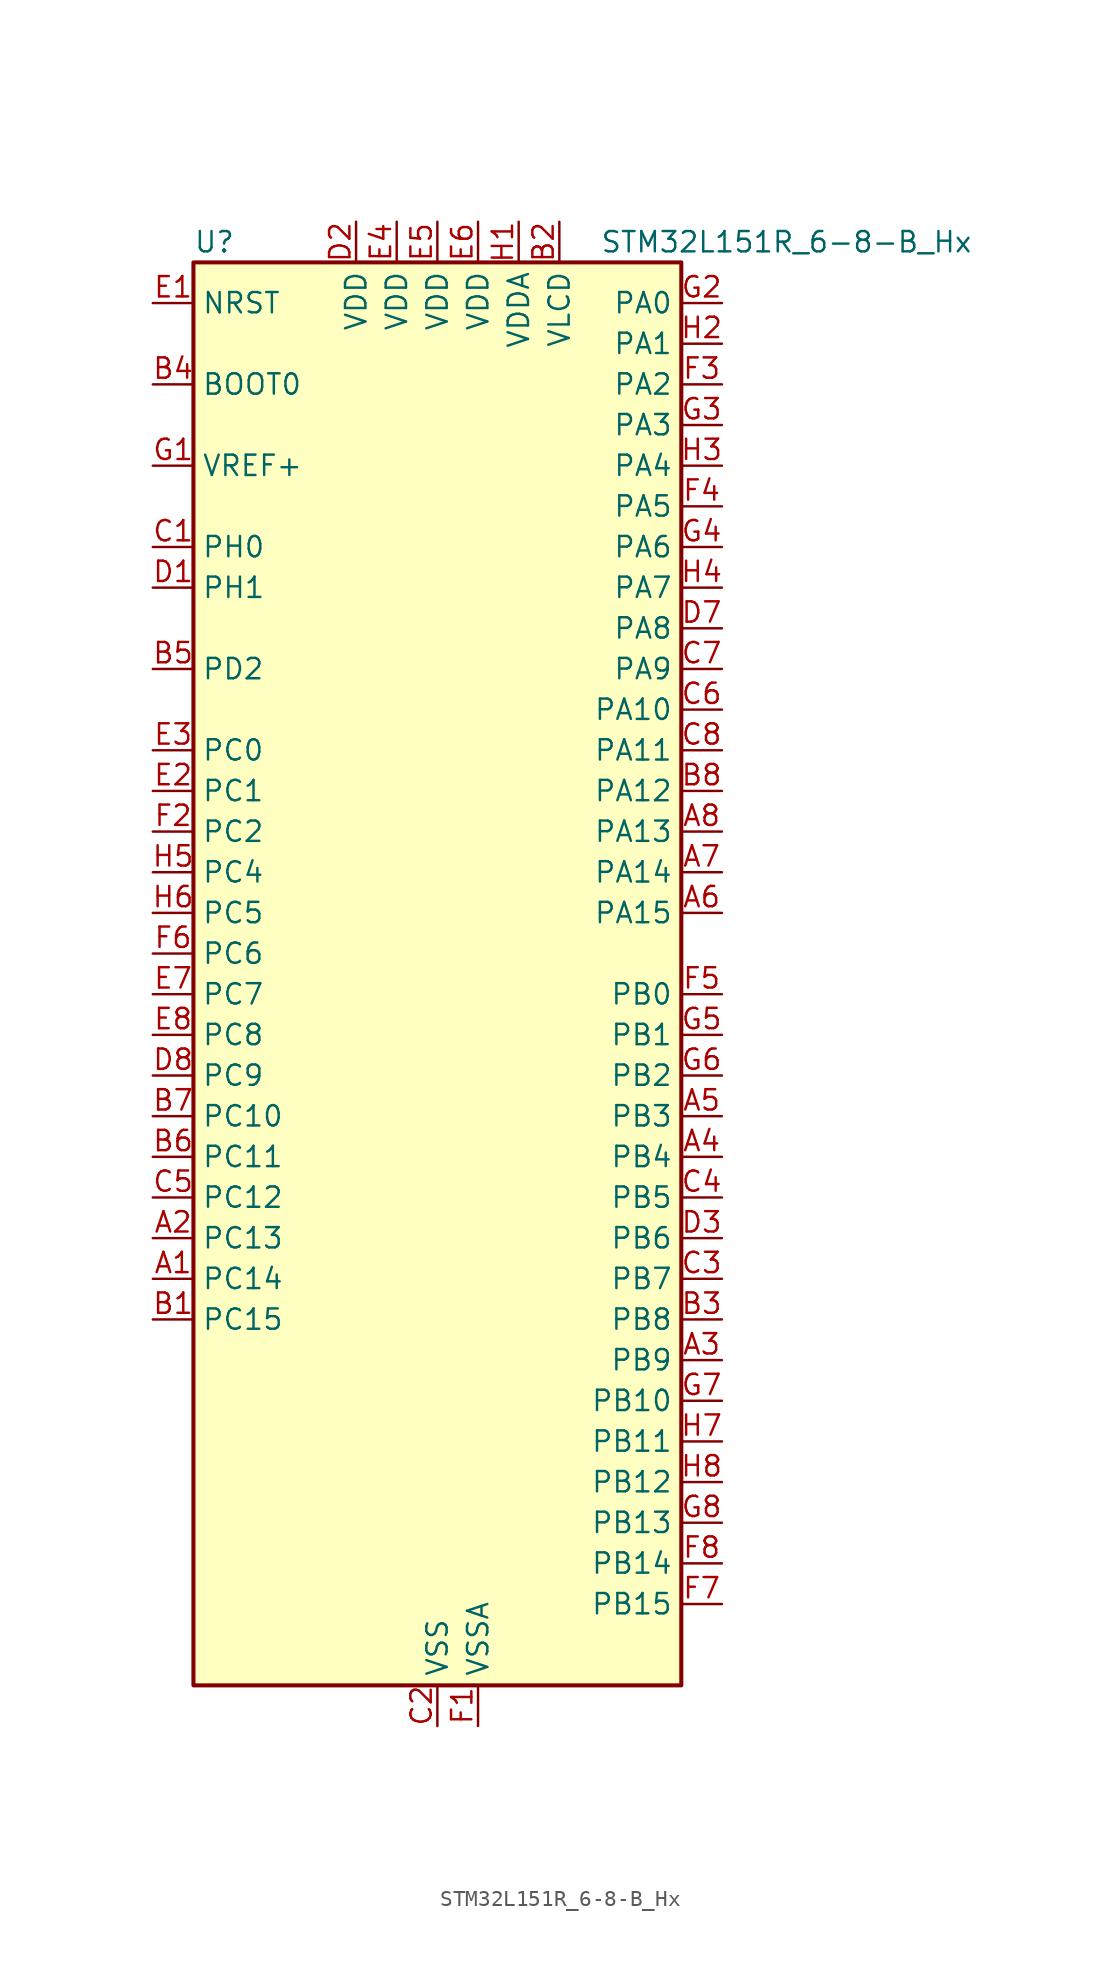
<source format=kicad_sym>
(kicad_symbol_lib
  (version 20231120)
  (generator "kicad-library-utils")
  (generator_version "8.0")
  (symbol "STM32L151R_6-8-B_Hx"
    (property "Reference" "U"
      (at -15.24 46.99 0)
      (effects (font (size 1.27 1.27)) (justify left)))
    (property "Value" "STM32L151R_6-8-B_Hx"
      (at 10.16 46.99 0)
      (effects (font (size 1.27 1.27)) (justify left)))
    (symbol "STM32L151R_6-8-B_Hx_0_1"
      (rectangle (start -15.24 -43.18) (end 15.24 45.72) (stroke (width 0.254) (type default)) (fill (type background))))
    (symbol "STM32L151R_6-8-B_Hx_1_1"
      (pin bidirectional line (at -17.78 -17.78 0) (length 2.54) (name "PC14" (effects (font (size 1.27 1.27)))) (number "A1" (effects (font (size 1.27 1.27)))) (alternate "RCC_OSC32_IN" bidirectional line) (alternate "TIMX_IC3" bidirectional line))
      (pin bidirectional line (at -17.78 -15.24 0) (length 2.54) (name "PC13" (effects (font (size 1.27 1.27)))) (number "A2" (effects (font (size 1.27 1.27)))) (alternate "RTC_OUT_ALARM" bidirectional line) (alternate "RTC_OUT_CALIB" bidirectional line) (alternate "RTC_TAMP1" bidirectional line) (alternate "RTC_TS" bidirectional line) (alternate "SYS_WKUP2" bidirectional line) (alternate "TIMX_IC2" bidirectional line))
      (pin bidirectional line (at 17.78 -22.86 180) (length 2.54) (name "PB9" (effects (font (size 1.27 1.27)))) (number "A3" (effects (font (size 1.27 1.27)))) (alternate "DAC_EXTI9" bidirectional line) (alternate "I2C1_SDA" bidirectional line) (alternate "TIM11_CH1" bidirectional line) (alternate "TIM4_CH4" bidirectional line))
      (pin bidirectional line (at 17.78 -10.16 180) (length 2.54) (name "PB4" (effects (font (size 1.27 1.27)))) (number "A4" (effects (font (size 1.27 1.27)))) (alternate "COMP2_INP" bidirectional line) (alternate "SPI1_MISO" bidirectional line) (alternate "SYS_JTRST" bidirectional line) (alternate "TIM3_CH1" bidirectional line) (alternate "TS_G6_IO1" bidirectional line))
      (pin bidirectional line (at 17.78 -7.62 180) (length 2.54) (name "PB3" (effects (font (size 1.27 1.27)))) (number "A5" (effects (font (size 1.27 1.27)))) (alternate "COMP2_INM" bidirectional line) (alternate "SPI1_SCK" bidirectional line) (alternate "SYS_JTDO-TRACESWO" bidirectional line) (alternate "TIM2_CH2" bidirectional line))
      (pin bidirectional line (at 17.78 5.08 180) (length 2.54) (name "PA15" (effects (font (size 1.27 1.27)))) (number "A6" (effects (font (size 1.27 1.27)))) (alternate "ADC_EXTI15" bidirectional line) (alternate "SPI1_NSS" bidirectional line) (alternate "SYS_JTDI" bidirectional line) (alternate "TIM2_CH1" bidirectional line) (alternate "TIM2_ETR" bidirectional line) (alternate "TIMX_IC4" bidirectional line) (alternate "TS_G5_IO3" bidirectional line))
      (pin bidirectional line (at 17.78 7.62 180) (length 2.54) (name "PA14" (effects (font (size 1.27 1.27)))) (number "A7" (effects (font (size 1.27 1.27)))) (alternate "SYS_JTCK-SWCLK" bidirectional line) (alternate "TIMX_IC3" bidirectional line) (alternate "TS_G5_IO2" bidirectional line))
      (pin bidirectional line (at 17.78 10.16 180) (length 2.54) (name "PA13" (effects (font (size 1.27 1.27)))) (number "A8" (effects (font (size 1.27 1.27)))) (alternate "SYS_JTMS-SWDIO" bidirectional line) (alternate "TIMX_IC2" bidirectional line) (alternate "TS_G5_IO1" bidirectional line))
      (pin bidirectional line (at -17.78 -20.32 0) (length 2.54) (name "PC15" (effects (font (size 1.27 1.27)))) (number "B1" (effects (font (size 1.27 1.27)))) (alternate "ADC_EXTI15" bidirectional line) (alternate "RCC_OSC32_OUT" bidirectional line) (alternate "TIMX_IC4" bidirectional line))
      (pin power_in line (at 7.62 48.26 270) (length 2.54) (name "VLCD" (effects (font (size 1.27 1.27)))) (number "B2" (effects (font (size 1.27 1.27)))))
      (pin bidirectional line (at 17.78 -20.32 180) (length 2.54) (name "PB8" (effects (font (size 1.27 1.27)))) (number "B3" (effects (font (size 1.27 1.27)))) (alternate "I2C1_SCL" bidirectional line) (alternate "TIM10_CH1" bidirectional line) (alternate "TIM4_CH3" bidirectional line))
      (pin input line (at -17.78 38.1 0) (length 2.54) (name "BOOT0" (effects (font (size 1.27 1.27)))) (number "B4" (effects (font (size 1.27 1.27)))))
      (pin bidirectional line (at -17.78 20.32 0) (length 2.54) (name "PD2" (effects (font (size 1.27 1.27)))) (number "B5" (effects (font (size 1.27 1.27)))) (alternate "TIM3_ETR" bidirectional line) (alternate "TIMX_IC3" bidirectional line))
      (pin bidirectional line (at -17.78 -10.16 0) (length 2.54) (name "PC11" (effects (font (size 1.27 1.27)))) (number "B6" (effects (font (size 1.27 1.27)))) (alternate "ADC_EXTI11" bidirectional line) (alternate "TIMX_IC4" bidirectional line) (alternate "USART3_RX" bidirectional line))
      (pin bidirectional line (at -17.78 -7.62 0) (length 2.54) (name "PC10" (effects (font (size 1.27 1.27)))) (number "B7" (effects (font (size 1.27 1.27)))) (alternate "TIMX_IC3" bidirectional line) (alternate "USART3_TX" bidirectional line))
      (pin bidirectional line (at 17.78 12.7 180) (length 2.54) (name "PA12" (effects (font (size 1.27 1.27)))) (number "B8" (effects (font (size 1.27 1.27)))) (alternate "SPI1_MOSI" bidirectional line) (alternate "TIMX_IC1" bidirectional line) (alternate "USART1_RTS" bidirectional line) (alternate "USB_DP" bidirectional line))
      (pin bidirectional line (at -17.78 27.94 0) (length 2.54) (name "PH0" (effects (font (size 1.27 1.27)))) (number "C1" (effects (font (size 1.27 1.27)))) (alternate "RCC_OSC_IN" bidirectional line))
      (pin power_in line (at 0 -45.72 90) (length 2.54) (name "VSS" (effects (font (size 1.27 1.27)))) (number "C2" (effects (font (size 1.27 1.27)))))
      (pin bidirectional line (at 17.78 -17.78 180) (length 2.54) (name "PB7" (effects (font (size 1.27 1.27)))) (number "C3" (effects (font (size 1.27 1.27)))) (alternate "I2C1_SDA" bidirectional line) (alternate "SYS_PVD_IN" bidirectional line) (alternate "TIM4_CH2" bidirectional line) (alternate "USART1_RX" bidirectional line))
      (pin bidirectional line (at 17.78 -12.7 180) (length 2.54) (name "PB5" (effects (font (size 1.27 1.27)))) (number "C4" (effects (font (size 1.27 1.27)))) (alternate "COMP2_INP" bidirectional line) (alternate "I2C1_SMBA" bidirectional line) (alternate "SPI1_MOSI" bidirectional line) (alternate "TIM3_CH2" bidirectional line) (alternate "TS_G6_IO2" bidirectional line))
      (pin bidirectional line (at -17.78 -12.7 0) (length 2.54) (name "PC12" (effects (font (size 1.27 1.27)))) (number "C5" (effects (font (size 1.27 1.27)))) (alternate "TIMX_IC1" bidirectional line) (alternate "USART3_CK" bidirectional line))
      (pin bidirectional line (at 17.78 17.78 180) (length 2.54) (name "PA10" (effects (font (size 1.27 1.27)))) (number "C6" (effects (font (size 1.27 1.27)))) (alternate "TIMX_IC3" bidirectional line) (alternate "TS_G4_IO3" bidirectional line) (alternate "USART1_RX" bidirectional line))
      (pin bidirectional line (at 17.78 20.32 180) (length 2.54) (name "PA9" (effects (font (size 1.27 1.27)))) (number "C7" (effects (font (size 1.27 1.27)))) (alternate "DAC_EXTI9" bidirectional line) (alternate "TIMX_IC2" bidirectional line) (alternate "TS_G4_IO2" bidirectional line) (alternate "USART1_TX" bidirectional line))
      (pin bidirectional line (at 17.78 15.24 180) (length 2.54) (name "PA11" (effects (font (size 1.27 1.27)))) (number "C8" (effects (font (size 1.27 1.27)))) (alternate "ADC_EXTI11" bidirectional line) (alternate "SPI1_MISO" bidirectional line) (alternate "TIMX_IC4" bidirectional line) (alternate "USART1_CTS" bidirectional line) (alternate "USB_DM" bidirectional line))
      (pin bidirectional line (at -17.78 25.4 0) (length 2.54) (name "PH1" (effects (font (size 1.27 1.27)))) (number "D1" (effects (font (size 1.27 1.27)))) (alternate "RCC_OSC_OUT" bidirectional line))
      (pin power_in line (at -5.08 48.26 270) (length 2.54) (name "VDD" (effects (font (size 1.27 1.27)))) (number "D2" (effects (font (size 1.27 1.27)))))
      (pin bidirectional line (at 17.78 -15.24 180) (length 2.54) (name "PB6" (effects (font (size 1.27 1.27)))) (number "D3" (effects (font (size 1.27 1.27)))) (alternate "I2C1_SCL" bidirectional line) (alternate "TIM4_CH1" bidirectional line) (alternate "USART1_TX" bidirectional line))
      (pin passive line (at 0 -45.72 90) (length 2.54) hide (name "VSS" (effects (font (size 1.27 1.27)))) (number "D4" (effects (font (size 1.27 1.27)))))
      (pin passive line (at 0 -45.72 90) (length 2.54) hide (name "VSS" (effects (font (size 1.27 1.27)))) (number "D5" (effects (font (size 1.27 1.27)))))
      (pin passive line (at 0 -45.72 90) (length 2.54) hide (name "VSS" (effects (font (size 1.27 1.27)))) (number "D6" (effects (font (size 1.27 1.27)))))
      (pin bidirectional line (at 17.78 22.86 180) (length 2.54) (name "PA8" (effects (font (size 1.27 1.27)))) (number "D7" (effects (font (size 1.27 1.27)))) (alternate "RCC_MCO" bidirectional line) (alternate "TIMX_IC1" bidirectional line) (alternate "TS_G4_IO1" bidirectional line) (alternate "USART1_CK" bidirectional line))
      (pin bidirectional line (at -17.78 -5.08 0) (length 2.54) (name "PC9" (effects (font (size 1.27 1.27)))) (number "D8" (effects (font (size 1.27 1.27)))) (alternate "DAC_EXTI9" bidirectional line) (alternate "TIM3_CH4" bidirectional line) (alternate "TIMX_IC2" bidirectional line) (alternate "TS_G10_IO4" bidirectional line))
      (pin input line (at -17.78 43.18 0) (length 2.54) (name "NRST" (effects (font (size 1.27 1.27)))) (number "E1" (effects (font (size 1.27 1.27)))))
      (pin bidirectional line (at -17.78 12.7 0) (length 2.54) (name "PC1" (effects (font (size 1.27 1.27)))) (number "E2" (effects (font (size 1.27 1.27)))) (alternate "ADC_IN11" bidirectional line) (alternate "COMP1_INP" bidirectional line) (alternate "TIMX_IC2" bidirectional line) (alternate "TS_G8_IO2" bidirectional line))
      (pin bidirectional line (at -17.78 15.24 0) (length 2.54) (name "PC0" (effects (font (size 1.27 1.27)))) (number "E3" (effects (font (size 1.27 1.27)))) (alternate "ADC_IN10" bidirectional line) (alternate "COMP1_INP" bidirectional line) (alternate "TIMX_IC1" bidirectional line) (alternate "TS_G8_IO1" bidirectional line))
      (pin power_in line (at -2.54 48.26 270) (length 2.54) (name "VDD" (effects (font (size 1.27 1.27)))) (number "E4" (effects (font (size 1.27 1.27)))))
      (pin power_in line (at 0 48.26 270) (length 2.54) (name "VDD" (effects (font (size 1.27 1.27)))) (number "E5" (effects (font (size 1.27 1.27)))))
      (pin power_in line (at 2.54 48.26 270) (length 2.54) (name "VDD" (effects (font (size 1.27 1.27)))) (number "E6" (effects (font (size 1.27 1.27)))))
      (pin bidirectional line (at -17.78 0 0) (length 2.54) (name "PC7" (effects (font (size 1.27 1.27)))) (number "E7" (effects (font (size 1.27 1.27)))) (alternate "TIM3_CH2" bidirectional line) (alternate "TIMX_IC4" bidirectional line) (alternate "TS_G10_IO2" bidirectional line))
      (pin bidirectional line (at -17.78 -2.54 0) (length 2.54) (name "PC8" (effects (font (size 1.27 1.27)))) (number "E8" (effects (font (size 1.27 1.27)))) (alternate "TIM3_CH3" bidirectional line) (alternate "TIMX_IC1" bidirectional line) (alternate "TS_G10_IO3" bidirectional line))
      (pin power_in line (at 2.54 -45.72 90) (length 2.54) (name "VSSA" (effects (font (size 1.27 1.27)))) (number "F1" (effects (font (size 1.27 1.27)))))
      (pin bidirectional line (at -17.78 10.16 0) (length 2.54) (name "PC2" (effects (font (size 1.27 1.27)))) (number "F2" (effects (font (size 1.27 1.27)))) (alternate "ADC_IN12" bidirectional line) (alternate "COMP1_INP" bidirectional line) (alternate "TIMX_IC3" bidirectional line) (alternate "TS_G8_IO3" bidirectional line))
      (pin bidirectional line (at 17.78 38.1 180) (length 2.54) (name "PA2" (effects (font (size 1.27 1.27)))) (number "F3" (effects (font (size 1.27 1.27)))) (alternate "ADC_IN2" bidirectional line) (alternate "COMP1_INP" bidirectional line) (alternate "TIM2_CH3" bidirectional line) (alternate "TIM9_CH1" bidirectional line) (alternate "TIMX_IC3" bidirectional line) (alternate "TS_G1_IO3" bidirectional line) (alternate "USART2_TX" bidirectional line))
      (pin bidirectional line (at 17.78 30.48 180) (length 2.54) (name "PA5" (effects (font (size 1.27 1.27)))) (number "F4" (effects (font (size 1.27 1.27)))) (alternate "ADC_IN5" bidirectional line) (alternate "COMP1_INP" bidirectional line) (alternate "DAC_OUT2" bidirectional line) (alternate "SPI1_SCK" bidirectional line) (alternate "TIM2_CH1" bidirectional line) (alternate "TIM2_ETR" bidirectional line) (alternate "TIMX_IC2" bidirectional line))
      (pin bidirectional line (at 17.78 0 180) (length 2.54) (name "PB0" (effects (font (size 1.27 1.27)))) (number "F5" (effects (font (size 1.27 1.27)))) (alternate "ADC_IN8" bidirectional line) (alternate "COMP1_INP" bidirectional line) (alternate "SYS_V_REF_OUT" bidirectional line) (alternate "TIM3_CH3" bidirectional line) (alternate "TS_G3_IO1" bidirectional line))
      (pin bidirectional line (at -17.78 2.54 0) (length 2.54) (name "PC6" (effects (font (size 1.27 1.27)))) (number "F6" (effects (font (size 1.27 1.27)))) (alternate "TIM3_CH1" bidirectional line) (alternate "TIMX_IC3" bidirectional line) (alternate "TS_G10_IO1" bidirectional line))
      (pin bidirectional line (at 17.78 -38.1 180) (length 2.54) (name "PB15" (effects (font (size 1.27 1.27)))) (number "F7" (effects (font (size 1.27 1.27)))) (alternate "ADC_EXTI15" bidirectional line) (alternate "ADC_IN21" bidirectional line) (alternate "COMP1_INP" bidirectional line) (alternate "RTC_REFIN" bidirectional line) (alternate "SPI2_MOSI" bidirectional line) (alternate "TIM11_CH1" bidirectional line) (alternate "TS_G7_IO4" bidirectional line))
      (pin bidirectional line (at 17.78 -35.56 180) (length 2.54) (name "PB14" (effects (font (size 1.27 1.27)))) (number "F8" (effects (font (size 1.27 1.27)))) (alternate "ADC_IN20" bidirectional line) (alternate "COMP1_INP" bidirectional line) (alternate "SPI2_MISO" bidirectional line) (alternate "TIM9_CH2" bidirectional line) (alternate "TS_G7_IO3" bidirectional line) (alternate "USART3_RTS" bidirectional line))
      (pin input line (at -17.78 33.02 0) (length 2.54) (name "VREF+" (effects (font (size 1.27 1.27)))) (number "G1" (effects (font (size 1.27 1.27)))))
      (pin bidirectional line (at 17.78 43.18 180) (length 2.54) (name "PA0" (effects (font (size 1.27 1.27)))) (number "G2" (effects (font (size 1.27 1.27)))) (alternate "ADC_IN0" bidirectional line) (alternate "COMP1_INP" bidirectional line) (alternate "SYS_WKUP1" bidirectional line) (alternate "TIM2_CH1" bidirectional line) (alternate "TIM2_ETR" bidirectional line) (alternate "TIMX_IC1" bidirectional line) (alternate "TS_G1_IO1" bidirectional line) (alternate "USART2_CTS" bidirectional line))
      (pin bidirectional line (at 17.78 35.56 180) (length 2.54) (name "PA3" (effects (font (size 1.27 1.27)))) (number "G3" (effects (font (size 1.27 1.27)))) (alternate "ADC_IN3" bidirectional line) (alternate "COMP1_INP" bidirectional line) (alternate "TIM2_CH4" bidirectional line) (alternate "TIM9_CH2" bidirectional line) (alternate "TIMX_IC4" bidirectional line) (alternate "TS_G1_IO4" bidirectional line) (alternate "USART2_RX" bidirectional line))
      (pin bidirectional line (at 17.78 27.94 180) (length 2.54) (name "PA6" (effects (font (size 1.27 1.27)))) (number "G4" (effects (font (size 1.27 1.27)))) (alternate "ADC_IN6" bidirectional line) (alternate "COMP1_INP" bidirectional line) (alternate "SPI1_MISO" bidirectional line) (alternate "TIM10_CH1" bidirectional line) (alternate "TIM3_CH1" bidirectional line) (alternate "TIMX_IC3" bidirectional line) (alternate "TS_G2_IO1" bidirectional line))
      (pin bidirectional line (at 17.78 -2.54 180) (length 2.54) (name "PB1" (effects (font (size 1.27 1.27)))) (number "G5" (effects (font (size 1.27 1.27)))) (alternate "ADC_IN9" bidirectional line) (alternate "COMP1_INP" bidirectional line) (alternate "SYS_V_REF_OUT" bidirectional line) (alternate "TIM3_CH4" bidirectional line) (alternate "TS_G3_IO2" bidirectional line))
      (pin bidirectional line (at 17.78 -5.08 180) (length 2.54) (name "PB2" (effects (font (size 1.27 1.27)))) (number "G6" (effects (font (size 1.27 1.27)))))
      (pin bidirectional line (at 17.78 -25.4 180) (length 2.54) (name "PB10" (effects (font (size 1.27 1.27)))) (number "G7" (effects (font (size 1.27 1.27)))) (alternate "I2C2_SCL" bidirectional line) (alternate "TIM2_CH3" bidirectional line) (alternate "USART3_TX" bidirectional line))
      (pin bidirectional line (at 17.78 -33.02 180) (length 2.54) (name "PB13" (effects (font (size 1.27 1.27)))) (number "G8" (effects (font (size 1.27 1.27)))) (alternate "ADC_IN19" bidirectional line) (alternate "COMP1_INP" bidirectional line) (alternate "SPI2_SCK" bidirectional line) (alternate "TIM9_CH1" bidirectional line) (alternate "TS_G7_IO2" bidirectional line) (alternate "USART3_CTS" bidirectional line))
      (pin power_in line (at 5.08 48.26 270) (length 2.54) (name "VDDA" (effects (font (size 1.27 1.27)))) (number "H1" (effects (font (size 1.27 1.27)))))
      (pin bidirectional line (at 17.78 40.64 180) (length 2.54) (name "PA1" (effects (font (size 1.27 1.27)))) (number "H2" (effects (font (size 1.27 1.27)))) (alternate "ADC_IN1" bidirectional line) (alternate "COMP1_INP" bidirectional line) (alternate "TIM2_CH2" bidirectional line) (alternate "TIMX_IC2" bidirectional line) (alternate "TS_G1_IO2" bidirectional line) (alternate "USART2_RTS" bidirectional line))
      (pin bidirectional line (at 17.78 33.02 180) (length 2.54) (name "PA4" (effects (font (size 1.27 1.27)))) (number "H3" (effects (font (size 1.27 1.27)))) (alternate "ADC_IN4" bidirectional line) (alternate "COMP1_INP" bidirectional line) (alternate "DAC_OUT1" bidirectional line) (alternate "SPI1_NSS" bidirectional line) (alternate "TIMX_IC1" bidirectional line) (alternate "USART2_CK" bidirectional line))
      (pin bidirectional line (at 17.78 25.4 180) (length 2.54) (name "PA7" (effects (font (size 1.27 1.27)))) (number "H4" (effects (font (size 1.27 1.27)))) (alternate "ADC_IN7" bidirectional line) (alternate "COMP1_INP" bidirectional line) (alternate "SPI1_MOSI" bidirectional line) (alternate "TIM11_CH1" bidirectional line) (alternate "TIM3_CH2" bidirectional line) (alternate "TIMX_IC4" bidirectional line) (alternate "TS_G2_IO2" bidirectional line))
      (pin bidirectional line (at -17.78 7.62 0) (length 2.54) (name "PC4" (effects (font (size 1.27 1.27)))) (number "H5" (effects (font (size 1.27 1.27)))) (alternate "ADC_IN14" bidirectional line) (alternate "COMP1_INP" bidirectional line) (alternate "TIMX_IC1" bidirectional line) (alternate "TS_G9_IO1" bidirectional line))
      (pin bidirectional line (at -17.78 5.08 0) (length 2.54) (name "PC5" (effects (font (size 1.27 1.27)))) (number "H6" (effects (font (size 1.27 1.27)))) (alternate "ADC_IN15" bidirectional line) (alternate "COMP1_INP" bidirectional line) (alternate "TIMX_IC2" bidirectional line) (alternate "TS_G9_IO2" bidirectional line))
      (pin bidirectional line (at 17.78 -27.94 180) (length 2.54) (name "PB11" (effects (font (size 1.27 1.27)))) (number "H7" (effects (font (size 1.27 1.27)))) (alternate "ADC_EXTI11" bidirectional line) (alternate "I2C2_SDA" bidirectional line) (alternate "TIM2_CH4" bidirectional line) (alternate "USART3_RX" bidirectional line))
      (pin bidirectional line (at 17.78 -30.48 180) (length 2.54) (name "PB12" (effects (font (size 1.27 1.27)))) (number "H8" (effects (font (size 1.27 1.27)))) (alternate "ADC_IN18" bidirectional line) (alternate "COMP1_INP" bidirectional line) (alternate "I2C2_SMBA" bidirectional line) (alternate "SPI2_NSS" bidirectional line) (alternate "TIM10_CH1" bidirectional line) (alternate "TS_G7_IO1" bidirectional line) (alternate "USART3_CK" bidirectional line)))))
</source>
